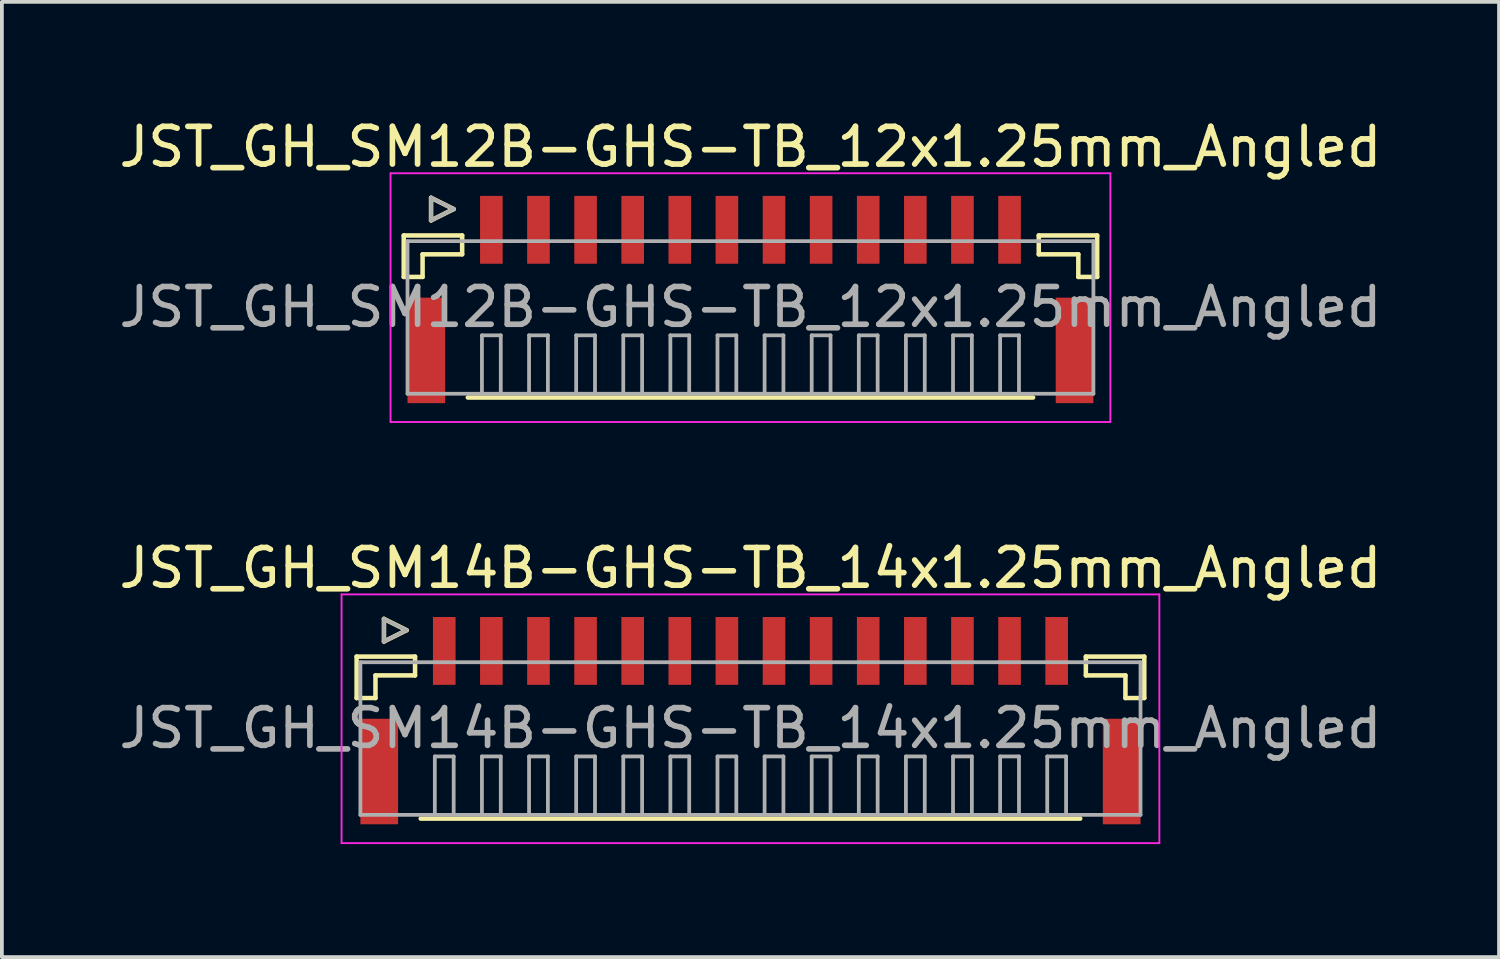
<source format=kicad_pcb>
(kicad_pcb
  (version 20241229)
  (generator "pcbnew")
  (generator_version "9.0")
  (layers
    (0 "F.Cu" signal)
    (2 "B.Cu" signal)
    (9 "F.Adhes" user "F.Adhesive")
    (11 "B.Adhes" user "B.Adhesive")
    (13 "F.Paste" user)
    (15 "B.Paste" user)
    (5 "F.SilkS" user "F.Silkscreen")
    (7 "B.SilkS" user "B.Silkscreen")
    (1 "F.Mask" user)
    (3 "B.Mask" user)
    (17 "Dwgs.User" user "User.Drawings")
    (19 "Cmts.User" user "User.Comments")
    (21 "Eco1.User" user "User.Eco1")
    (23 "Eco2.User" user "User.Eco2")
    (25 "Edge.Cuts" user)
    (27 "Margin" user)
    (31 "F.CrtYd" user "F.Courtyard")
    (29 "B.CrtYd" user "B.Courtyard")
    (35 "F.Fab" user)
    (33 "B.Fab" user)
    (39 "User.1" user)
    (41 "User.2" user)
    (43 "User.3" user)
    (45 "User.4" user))
  (footprint "JST_GH_SM14B-GHS-TB_14x1.25mm_Angled"
    (layer "F.Cu")
    (at 16.863 15.822)
    (property "Reference" "JST_GH_SM14B-GHS-TB_14x1.25mm_Angled" (at 0 -3.8 0) (layer "F.SilkS") (effects (font (size 1 1) (thickness 0.15))))
    (attr smd)
    (fp_line (start -10.45 -1.45) (end -8.9 -1.45) (stroke (width 0.12) (type solid)) (layer "F.SilkS"))
    (fp_line (start -10.45 -0.35) (end -10.45 -1.45) (stroke (width 0.12) (type solid)) (layer "F.SilkS"))
    (fp_line (start -9.95 -0.95) (end -9.95 -0.35) (stroke (width 0.12) (type solid)) (layer "F.SilkS"))
    (fp_line (start -9.95 -0.35) (end -10.45 -0.35) (stroke (width 0.12) (type solid)) (layer "F.SilkS"))
    (fp_line (start -9.725 -2.45) (end -9.725 -1.85) (stroke (width 0.12) (type solid)) (layer "F.SilkS"))
    (fp_line (start -9.725 -1.85) (end -9.125 -2.15) (stroke (width 0.12) (type solid)) (layer "F.SilkS"))
    (fp_line (start -9.125 -2.15) (end -9.725 -2.45) (stroke (width 0.12) (type solid)) (layer "F.SilkS"))
    (fp_line (start -8.9 -1.45) (end -8.9 -0.95) (stroke (width 0.12) (type solid)) (layer "F.SilkS"))
    (fp_line (start -8.9 -0.95) (end -9.95 -0.95) (stroke (width 0.12) (type solid)) (layer "F.SilkS"))
    (fp_line (start -8.75 2.85) (end 8.75 2.85) (stroke (width 0.12) (type solid)) (layer "F.SilkS"))
    (fp_line (start 8.9 -1.45) (end 8.9 -0.95) (stroke (width 0.12) (type solid)) (layer "F.SilkS"))
    (fp_line (start 8.9 -0.95) (end 9.95 -0.95) (stroke (width 0.12) (type solid)) (layer "F.SilkS"))
    (fp_line (start 9.95 -0.95) (end 9.95 -0.35) (stroke (width 0.12) (type solid)) (layer "F.SilkS"))
    (fp_line (start 9.95 -0.35) (end 10.45 -0.35) (stroke (width 0.12) (type solid)) (layer "F.SilkS"))
    (fp_line (start 10.45 -1.45) (end 8.9 -1.45) (stroke (width 0.12) (type solid)) (layer "F.SilkS"))
    (fp_line (start 10.45 -0.35) (end 10.45 -1.45) (stroke (width 0.12) (type solid)) (layer "F.SilkS"))
    (fp_line (start -10.85 -3.1) (end -10.85 3.5) (stroke (width 0.05) (type solid)) (layer "F.CrtYd"))
    (fp_line (start -10.85 3.5) (end 10.85 3.5) (stroke (width 0.05) (type solid)) (layer "F.CrtYd"))
    (fp_line (start 10.85 -3.1) (end -10.85 -3.1) (stroke (width 0.05) (type solid)) (layer "F.CrtYd"))
    (fp_line (start 10.85 3.5) (end 10.85 -3.1) (stroke (width 0.05) (type solid)) (layer "F.CrtYd"))
    (fp_line (start -10.35 -1.3) (end -10.35 2.75) (stroke (width 0.1) (type solid)) (layer "F.Fab"))
    (fp_line (start -10.35 2.75) (end 10.35 2.75) (stroke (width 0.1) (type solid)) (layer "F.Fab"))
    (fp_line (start -9.725 -2.45) (end -9.725 -1.85) (stroke (width 0.1) (type solid)) (layer "F.Fab"))
    (fp_line (start -9.725 -1.85) (end -9.125 -2.15) (stroke (width 0.1) (type solid)) (layer "F.Fab"))
    (fp_line (start -9.125 -2.15) (end -9.725 -2.45) (stroke (width 0.1) (type solid)) (layer "F.Fab"))
    (fp_line (start -8.375 1.2) (end -7.875 1.2) (stroke (width 0.1) (type solid)) (layer "F.Fab"))
    (fp_line (start -8.375 2.7) (end -8.375 1.2) (stroke (width 0.1) (type solid)) (layer "F.Fab"))
    (fp_line (start -7.875 1.2) (end -7.875 2.7) (stroke (width 0.1) (type solid)) (layer "F.Fab"))
    (fp_line (start -7.125 1.2) (end -6.625 1.2) (stroke (width 0.1) (type solid)) (layer "F.Fab"))
    (fp_line (start -7.125 2.7) (end -7.125 1.2) (stroke (width 0.1) (type solid)) (layer "F.Fab"))
    (fp_line (start -6.625 1.2) (end -6.625 2.7) (stroke (width 0.1) (type solid)) (layer "F.Fab"))
    (fp_line (start -5.875 1.2) (end -5.375 1.2) (stroke (width 0.1) (type solid)) (layer "F.Fab"))
    (fp_line (start -5.875 2.7) (end -5.875 1.2) (stroke (width 0.1) (type solid)) (layer "F.Fab"))
    (fp_line (start -5.375 1.2) (end -5.375 2.7) (stroke (width 0.1) (type solid)) (layer "F.Fab"))
    (fp_line (start -4.625 1.2) (end -4.125 1.2) (stroke (width 0.1) (type solid)) (layer "F.Fab"))
    (fp_line (start -4.625 2.7) (end -4.625 1.2) (stroke (width 0.1) (type solid)) (layer "F.Fab"))
    (fp_line (start -4.125 1.2) (end -4.125 2.7) (stroke (width 0.1) (type solid)) (layer "F.Fab"))
    (fp_line (start -3.375 1.2) (end -2.875 1.2) (stroke (width 0.1) (type solid)) (layer "F.Fab"))
    (fp_line (start -3.375 2.7) (end -3.375 1.2) (stroke (width 0.1) (type solid)) (layer "F.Fab"))
    (fp_line (start -2.875 1.2) (end -2.875 2.7) (stroke (width 0.1) (type solid)) (layer "F.Fab"))
    (fp_line (start -2.125 1.2) (end -1.625 1.2) (stroke (width 0.1) (type solid)) (layer "F.Fab"))
    (fp_line (start -2.125 2.7) (end -2.125 1.2) (stroke (width 0.1) (type solid)) (layer "F.Fab"))
    (fp_line (start -1.625 1.2) (end -1.625 2.7) (stroke (width 0.1) (type solid)) (layer "F.Fab"))
    (fp_line (start -0.875 1.2) (end -0.375 1.2) (stroke (width 0.1) (type solid)) (layer "F.Fab"))
    (fp_line (start -0.875 2.7) (end -0.875 1.2) (stroke (width 0.1) (type solid)) (layer "F.Fab"))
    (fp_line (start -0.375 1.2) (end -0.375 2.7) (stroke (width 0.1) (type solid)) (layer "F.Fab"))
    (fp_line (start 0.375 1.2) (end 0.875 1.2) (stroke (width 0.1) (type solid)) (layer "F.Fab"))
    (fp_line (start 0.375 2.7) (end 0.375 1.2) (stroke (width 0.1) (type solid)) (layer "F.Fab"))
    (fp_line (start 0.875 1.2) (end 0.875 2.7) (stroke (width 0.1) (type solid)) (layer "F.Fab"))
    (fp_line (start 1.625 1.2) (end 2.125 1.2) (stroke (width 0.1) (type solid)) (layer "F.Fab"))
    (fp_line (start 1.625 2.7) (end 1.625 1.2) (stroke (width 0.1) (type solid)) (layer "F.Fab"))
    (fp_line (start 2.125 1.2) (end 2.125 2.7) (stroke (width 0.1) (type solid)) (layer "F.Fab"))
    (fp_line (start 2.875 1.2) (end 3.375 1.2) (stroke (width 0.1) (type solid)) (layer "F.Fab"))
    (fp_line (start 2.875 2.7) (end 2.875 1.2) (stroke (width 0.1) (type solid)) (layer "F.Fab"))
    (fp_line (start 3.375 1.2) (end 3.375 2.7) (stroke (width 0.1) (type solid)) (layer "F.Fab"))
    (fp_line (start 4.125 1.2) (end 4.625 1.2) (stroke (width 0.1) (type solid)) (layer "F.Fab"))
    (fp_line (start 4.125 2.7) (end 4.125 1.2) (stroke (width 0.1) (type solid)) (layer "F.Fab"))
    (fp_line (start 4.625 1.2) (end 4.625 2.7) (stroke (width 0.1) (type solid)) (layer "F.Fab"))
    (fp_line (start 5.375 1.2) (end 5.875 1.2) (stroke (width 0.1) (type solid)) (layer "F.Fab"))
    (fp_line (start 5.375 2.7) (end 5.375 1.2) (stroke (width 0.1) (type solid)) (layer "F.Fab"))
    (fp_line (start 5.875 1.2) (end 5.875 2.7) (stroke (width 0.1) (type solid)) (layer "F.Fab"))
    (fp_line (start 6.625 1.2) (end 7.125 1.2) (stroke (width 0.1) (type solid)) (layer "F.Fab"))
    (fp_line (start 6.625 2.7) (end 6.625 1.2) (stroke (width 0.1) (type solid)) (layer "F.Fab"))
    (fp_line (start 7.125 1.2) (end 7.125 2.7) (stroke (width 0.1) (type solid)) (layer "F.Fab"))
    (fp_line (start 7.875 1.2) (end 8.375 1.2) (stroke (width 0.1) (type solid)) (layer "F.Fab"))
    (fp_line (start 7.875 2.7) (end 7.875 1.2) (stroke (width 0.1) (type solid)) (layer "F.Fab"))
    (fp_line (start 8.375 1.2) (end 8.375 2.7) (stroke (width 0.1) (type solid)) (layer "F.Fab"))
    (fp_line (start 10.35 -1.3) (end -10.35 -1.3) (stroke (width 0.1) (type solid)) (layer "F.Fab"))
    (fp_line (start 10.35 2.75) (end 10.35 -1.3) (stroke (width 0.1) (type solid)) (layer "F.Fab"))
    (fp_text user "${REFERENCE}" (at 0 0.45 0) (layer "F.Fab") (effects (font (size 1 1) (thickness 0.15))))
    (pad "" smd rect (at -9.85 1.6) (size 1 2.8) (layers "F.Cu" "F.Mask" "F.Paste"))
    (pad "" smd rect (at 9.85 1.6) (size 1 2.8) (layers "F.Cu" "F.Mask" "F.Paste"))
    (pad "1" smd rect (at -8.125 -1.6) (size 0.6 1.8) (layers "F.Cu" "F.Mask" "F.Paste"))
    (pad "2" smd rect (at -6.875 -1.6) (size 0.6 1.8) (layers "F.Cu" "F.Mask" "F.Paste"))
    (pad "3" smd rect (at -5.625 -1.6) (size 0.6 1.8) (layers "F.Cu" "F.Mask" "F.Paste"))
    (pad "4" smd rect (at -4.375 -1.6) (size 0.6 1.8) (layers "F.Cu" "F.Mask" "F.Paste"))
    (pad "5" smd rect (at -3.125 -1.6) (size 0.6 1.8) (layers "F.Cu" "F.Mask" "F.Paste"))
    (pad "6" smd rect (at -1.875 -1.6) (size 0.6 1.8) (layers "F.Cu" "F.Mask" "F.Paste"))
    (pad "7" smd rect (at -0.625 -1.6) (size 0.6 1.8) (layers "F.Cu" "F.Mask" "F.Paste"))
    (pad "8" smd rect (at 0.625 -1.6) (size 0.6 1.8) (layers "F.Cu" "F.Mask" "F.Paste"))
    (pad "9" smd rect (at 1.875 -1.6) (size 0.6 1.8) (layers "F.Cu" "F.Mask" "F.Paste"))
    (pad "10" smd rect (at 3.125 -1.6) (size 0.6 1.8) (layers "F.Cu" "F.Mask" "F.Paste"))
    (pad "11" smd rect (at 4.375 -1.6) (size 0.6 1.8) (layers "F.Cu" "F.Mask" "F.Paste"))
    (pad "12" smd rect (at 5.625 -1.6) (size 0.6 1.8) (layers "F.Cu" "F.Mask" "F.Paste"))
    (pad "13" smd rect (at 6.875 -1.6) (size 0.6 1.8) (layers "F.Cu" "F.Mask" "F.Paste"))
    (pad "14" smd rect (at 8.125 -1.6) (size 0.6 1.8) (layers "F.Cu" "F.Mask" "F.Paste")))
  (footprint "JST_GH_SM12B-GHS-TB_12x1.25mm_Angled"
    (layer "F.Cu")
    (at 16.863 4.648)
    (property "Reference" "JST_GH_SM12B-GHS-TB_12x1.25mm_Angled" (at 0 -3.8 0) (layer "F.SilkS") (effects (font (size 1 1) (thickness 0.15))))
    (attr smd)
    (fp_line (start -9.2 -1.45) (end -7.65 -1.45) (stroke (width 0.12) (type solid)) (layer "F.SilkS"))
    (fp_line (start -9.2 -0.35) (end -9.2 -1.45) (stroke (width 0.12) (type solid)) (layer "F.SilkS"))
    (fp_line (start -8.7 -0.95) (end -8.7 -0.35) (stroke (width 0.12) (type solid)) (layer "F.SilkS"))
    (fp_line (start -8.7 -0.35) (end -9.2 -0.35) (stroke (width 0.12) (type solid)) (layer "F.SilkS"))
    (fp_line (start -8.475 -2.45) (end -8.475 -1.85) (stroke (width 0.12) (type solid)) (layer "F.SilkS"))
    (fp_line (start -8.475 -1.85) (end -7.875 -2.15) (stroke (width 0.12) (type solid)) (layer "F.SilkS"))
    (fp_line (start -7.875 -2.15) (end -8.475 -2.45) (stroke (width 0.12) (type solid)) (layer "F.SilkS"))
    (fp_line (start -7.65 -1.45) (end -7.65 -0.95) (stroke (width 0.12) (type solid)) (layer "F.SilkS"))
    (fp_line (start -7.65 -0.95) (end -8.7 -0.95) (stroke (width 0.12) (type solid)) (layer "F.SilkS"))
    (fp_line (start -7.5 2.85) (end 7.5 2.85) (stroke (width 0.12) (type solid)) (layer "F.SilkS"))
    (fp_line (start 7.65 -1.45) (end 7.65 -0.95) (stroke (width 0.12) (type solid)) (layer "F.SilkS"))
    (fp_line (start 7.65 -0.95) (end 8.7 -0.95) (stroke (width 0.12) (type solid)) (layer "F.SilkS"))
    (fp_line (start 8.7 -0.95) (end 8.7 -0.35) (stroke (width 0.12) (type solid)) (layer "F.SilkS"))
    (fp_line (start 8.7 -0.35) (end 9.2 -0.35) (stroke (width 0.12) (type solid)) (layer "F.SilkS"))
    (fp_line (start 9.2 -1.45) (end 7.65 -1.45) (stroke (width 0.12) (type solid)) (layer "F.SilkS"))
    (fp_line (start 9.2 -0.35) (end 9.2 -1.45) (stroke (width 0.12) (type solid)) (layer "F.SilkS"))
    (fp_line (start -9.55 -3.1) (end -9.55 3.5) (stroke (width 0.05) (type solid)) (layer "F.CrtYd"))
    (fp_line (start -9.55 3.5) (end 9.55 3.5) (stroke (width 0.05) (type solid)) (layer "F.CrtYd"))
    (fp_line (start 9.55 -3.1) (end -9.55 -3.1) (stroke (width 0.05) (type solid)) (layer "F.CrtYd"))
    (fp_line (start 9.55 3.5) (end 9.55 -3.1) (stroke (width 0.05) (type solid)) (layer "F.CrtYd"))
    (fp_line (start -9.1 -1.3) (end -9.1 2.75) (stroke (width 0.1) (type solid)) (layer "F.Fab"))
    (fp_line (start -9.1 2.75) (end 9.1 2.75) (stroke (width 0.1) (type solid)) (layer "F.Fab"))
    (fp_line (start -8.475 -2.45) (end -8.475 -1.85) (stroke (width 0.1) (type solid)) (layer "F.Fab"))
    (fp_line (start -8.475 -1.85) (end -7.875 -2.15) (stroke (width 0.1) (type solid)) (layer "F.Fab"))
    (fp_line (start -7.875 -2.15) (end -8.475 -2.45) (stroke (width 0.1) (type solid)) (layer "F.Fab"))
    (fp_line (start -7.125 1.2) (end -6.625 1.2) (stroke (width 0.1) (type solid)) (layer "F.Fab"))
    (fp_line (start -7.125 2.7) (end -7.125 1.2) (stroke (width 0.1) (type solid)) (layer "F.Fab"))
    (fp_line (start -6.625 1.2) (end -6.625 2.7) (stroke (width 0.1) (type solid)) (layer "F.Fab"))
    (fp_line (start -5.875 1.2) (end -5.375 1.2) (stroke (width 0.1) (type solid)) (layer "F.Fab"))
    (fp_line (start -5.875 2.7) (end -5.875 1.2) (stroke (width 0.1) (type solid)) (layer "F.Fab"))
    (fp_line (start -5.375 1.2) (end -5.375 2.7) (stroke (width 0.1) (type solid)) (layer "F.Fab"))
    (fp_line (start -4.625 1.2) (end -4.125 1.2) (stroke (width 0.1) (type solid)) (layer "F.Fab"))
    (fp_line (start -4.625 2.7) (end -4.625 1.2) (stroke (width 0.1) (type solid)) (layer "F.Fab"))
    (fp_line (start -4.125 1.2) (end -4.125 2.7) (stroke (width 0.1) (type solid)) (layer "F.Fab"))
    (fp_line (start -3.375 1.2) (end -2.875 1.2) (stroke (width 0.1) (type solid)) (layer "F.Fab"))
    (fp_line (start -3.375 2.7) (end -3.375 1.2) (stroke (width 0.1) (type solid)) (layer "F.Fab"))
    (fp_line (start -2.875 1.2) (end -2.875 2.7) (stroke (width 0.1) (type solid)) (layer "F.Fab"))
    (fp_line (start -2.125 1.2) (end -1.625 1.2) (stroke (width 0.1) (type solid)) (layer "F.Fab"))
    (fp_line (start -2.125 2.7) (end -2.125 1.2) (stroke (width 0.1) (type solid)) (layer "F.Fab"))
    (fp_line (start -1.625 1.2) (end -1.625 2.7) (stroke (width 0.1) (type solid)) (layer "F.Fab"))
    (fp_line (start -0.875 1.2) (end -0.375 1.2) (stroke (width 0.1) (type solid)) (layer "F.Fab"))
    (fp_line (start -0.875 2.7) (end -0.875 1.2) (stroke (width 0.1) (type solid)) (layer "F.Fab"))
    (fp_line (start -0.375 1.2) (end -0.375 2.7) (stroke (width 0.1) (type solid)) (layer "F.Fab"))
    (fp_line (start 0.375 1.2) (end 0.875 1.2) (stroke (width 0.1) (type solid)) (layer "F.Fab"))
    (fp_line (start 0.375 2.7) (end 0.375 1.2) (stroke (width 0.1) (type solid)) (layer "F.Fab"))
    (fp_line (start 0.875 1.2) (end 0.875 2.7) (stroke (width 0.1) (type solid)) (layer "F.Fab"))
    (fp_line (start 1.625 1.2) (end 2.125 1.2) (stroke (width 0.1) (type solid)) (layer "F.Fab"))
    (fp_line (start 1.625 2.7) (end 1.625 1.2) (stroke (width 0.1) (type solid)) (layer "F.Fab"))
    (fp_line (start 2.125 1.2) (end 2.125 2.7) (stroke (width 0.1) (type solid)) (layer "F.Fab"))
    (fp_line (start 2.875 1.2) (end 3.375 1.2) (stroke (width 0.1) (type solid)) (layer "F.Fab"))
    (fp_line (start 2.875 2.7) (end 2.875 1.2) (stroke (width 0.1) (type solid)) (layer "F.Fab"))
    (fp_line (start 3.375 1.2) (end 3.375 2.7) (stroke (width 0.1) (type solid)) (layer "F.Fab"))
    (fp_line (start 4.125 1.2) (end 4.625 1.2) (stroke (width 0.1) (type solid)) (layer "F.Fab"))
    (fp_line (start 4.125 2.7) (end 4.125 1.2) (stroke (width 0.1) (type solid)) (layer "F.Fab"))
    (fp_line (start 4.625 1.2) (end 4.625 2.7) (stroke (width 0.1) (type solid)) (layer "F.Fab"))
    (fp_line (start 5.375 1.2) (end 5.875 1.2) (stroke (width 0.1) (type solid)) (layer "F.Fab"))
    (fp_line (start 5.375 2.7) (end 5.375 1.2) (stroke (width 0.1) (type solid)) (layer "F.Fab"))
    (fp_line (start 5.875 1.2) (end 5.875 2.7) (stroke (width 0.1) (type solid)) (layer "F.Fab"))
    (fp_line (start 6.625 1.2) (end 7.125 1.2) (stroke (width 0.1) (type solid)) (layer "F.Fab"))
    (fp_line (start 6.625 2.7) (end 6.625 1.2) (stroke (width 0.1) (type solid)) (layer "F.Fab"))
    (fp_line (start 7.125 1.2) (end 7.125 2.7) (stroke (width 0.1) (type solid)) (layer "F.Fab"))
    (fp_line (start 9.1 -1.3) (end -9.1 -1.3) (stroke (width 0.1) (type solid)) (layer "F.Fab"))
    (fp_line (start 9.1 2.75) (end 9.1 -1.3) (stroke (width 0.1) (type solid)) (layer "F.Fab"))
    (fp_text user "${REFERENCE}" (at 0 0.45 0) (layer "F.Fab") (effects (font (size 1 1) (thickness 0.15))))
    (pad "" smd rect (at -8.6 1.6) (size 1 2.8) (layers "F.Cu" "F.Mask" "F.Paste"))
    (pad "" smd rect (at 8.6 1.6) (size 1 2.8) (layers "F.Cu" "F.Mask" "F.Paste"))
    (pad "1" smd rect (at -6.875 -1.6) (size 0.6 1.8) (layers "F.Cu" "F.Mask" "F.Paste"))
    (pad "2" smd rect (at -5.625 -1.6) (size 0.6 1.8) (layers "F.Cu" "F.Mask" "F.Paste"))
    (pad "3" smd rect (at -4.375 -1.6) (size 0.6 1.8) (layers "F.Cu" "F.Mask" "F.Paste"))
    (pad "4" smd rect (at -3.125 -1.6) (size 0.6 1.8) (layers "F.Cu" "F.Mask" "F.Paste"))
    (pad "5" smd rect (at -1.875 -1.6) (size 0.6 1.8) (layers "F.Cu" "F.Mask" "F.Paste"))
    (pad "6" smd rect (at -0.625 -1.6) (size 0.6 1.8) (layers "F.Cu" "F.Mask" "F.Paste"))
    (pad "7" smd rect (at 0.625 -1.6) (size 0.6 1.8) (layers "F.Cu" "F.Mask" "F.Paste"))
    (pad "8" smd rect (at 1.875 -1.6) (size 0.6 1.8) (layers "F.Cu" "F.Mask" "F.Paste"))
    (pad "9" smd rect (at 3.125 -1.6) (size 0.6 1.8) (layers "F.Cu" "F.Mask" "F.Paste"))
    (pad "10" smd rect (at 4.375 -1.6) (size 0.6 1.8) (layers "F.Cu" "F.Mask" "F.Paste"))
    (pad "11" smd rect (at 5.625 -1.6) (size 0.6 1.8) (layers "F.Cu" "F.Mask" "F.Paste"))
    (pad "12" smd rect (at 6.875 -1.6) (size 0.6 1.8) (layers "F.Cu" "F.Mask" "F.Paste")))
  (gr_rect
    (start -3 -3)
    (end 36.726 22.346)
    (stroke (width 0.1) (type default))
    (fill no)
    (layer "Edge.Cuts")))
</source>
